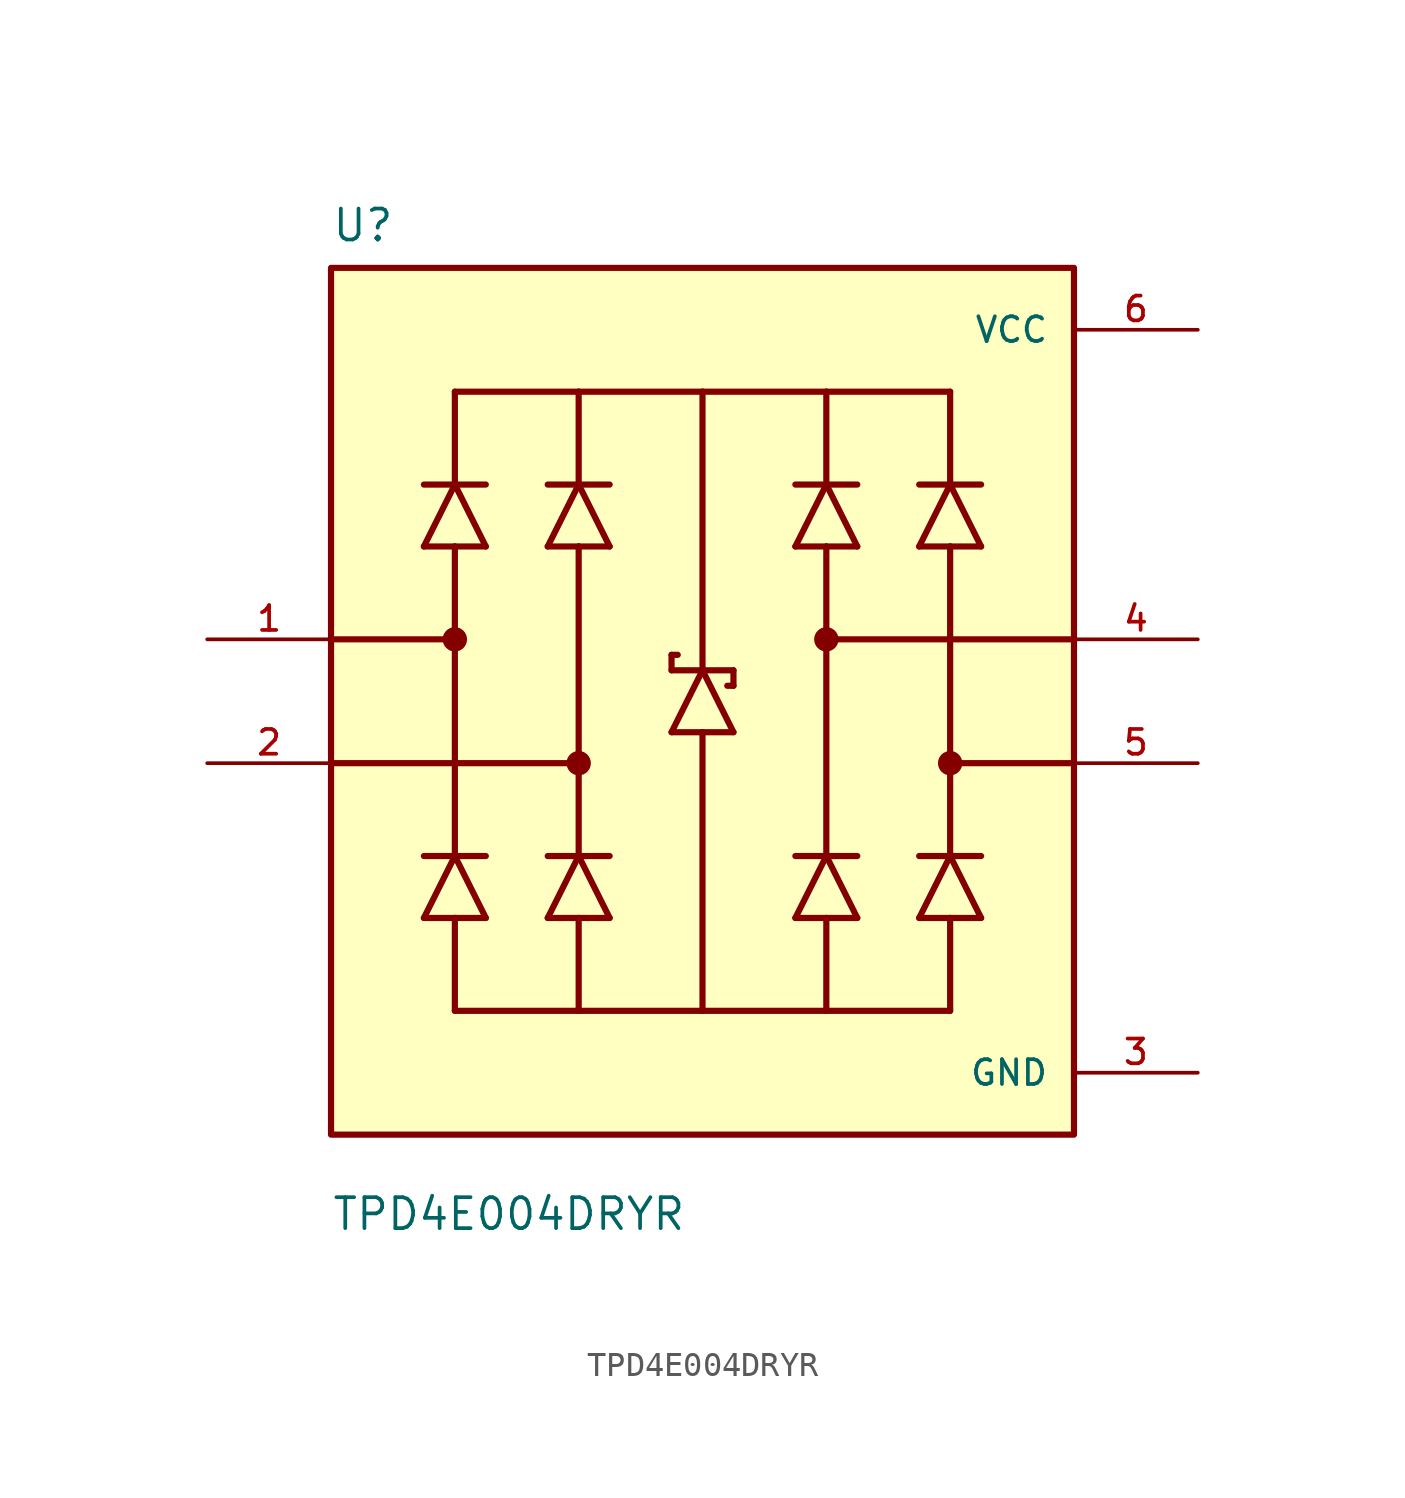
<source format=kicad_sym>
(kicad_symbol_lib
  (version 20211014)
  (generator kicad_symbol_editor)
  (symbol "TPD4E004DRYR"
    (pin_names
      (offset 1.016))
    (property "Reference" "U"
      (at -15.24 18.78 0.0)
      (effects (font (size 1.27 1.27)) (justify bottom left)))
    (property "Value" "TPD4E004DRYR"
      (at -15.24 -21.78 0.0)
      (effects (font (size 1.27 1.27)) (justify bottom left)))
    (symbol "TPD4E004DRYR_0_0"
      (polyline (pts (xy -8.89 6.35) (xy -10.16 8.89)) (stroke (width 0.254)))
      (polyline (pts (xy -10.16 8.89) (xy -11.43 6.35)) (stroke (width 0.254)))
      (polyline (pts (xy -11.43 8.89) (xy -10.16 8.89)) (stroke (width 0.254)))
      (polyline (pts (xy -11.43 6.35) (xy -10.16 6.35)) (stroke (width 0.254)))
      (polyline (pts (xy -10.16 6.35) (xy -8.89 6.35)) (stroke (width 0.254)))
      (polyline (pts (xy -10.16 8.89) (xy -8.89 8.89)) (stroke (width 0.254)))
      (polyline (pts (xy -8.89 -8.89) (xy -10.16 -6.35)) (stroke (width 0.254)))
      (polyline (pts (xy -10.16 -6.35) (xy -11.43 -8.89)) (stroke (width 0.254)))
      (polyline (pts (xy -11.43 -6.35) (xy -10.16 -6.35)) (stroke (width 0.254)))
      (polyline (pts (xy -11.43 -8.89) (xy -10.16 -8.89)) (stroke (width 0.254)))
      (polyline (pts (xy -10.16 -8.89) (xy -8.89 -8.89)) (stroke (width 0.254)))
      (polyline (pts (xy -10.16 -6.35) (xy -8.89 -6.35)) (stroke (width 0.254)))
      (polyline (pts (xy -3.81 6.35) (xy -5.08 8.89)) (stroke (width 0.254)))
      (polyline (pts (xy -5.08 8.89) (xy -6.35 6.35)) (stroke (width 0.254)))
      (polyline (pts (xy -6.35 8.89) (xy -5.08 8.89)) (stroke (width 0.254)))
      (polyline (pts (xy -6.35 6.35) (xy -5.08 6.35)) (stroke (width 0.254)))
      (polyline (pts (xy -5.08 6.35) (xy -3.81 6.35)) (stroke (width 0.254)))
      (polyline (pts (xy -5.08 8.89) (xy -3.81 8.89)) (stroke (width 0.254)))
      (polyline (pts (xy -3.81 -8.89) (xy -5.08 -6.35)) (stroke (width 0.254)))
      (polyline (pts (xy -5.08 -6.35) (xy -6.35 -8.89)) (stroke (width 0.254)))
      (polyline (pts (xy -6.35 -6.35) (xy -5.08 -6.35)) (stroke (width 0.254)))
      (polyline (pts (xy -6.35 -8.89) (xy -5.08 -8.89)) (stroke (width 0.254)))
      (polyline (pts (xy -5.08 -8.89) (xy -3.81 -8.89)) (stroke (width 0.254)))
      (polyline (pts (xy -5.08 -6.35) (xy -3.81 -6.35)) (stroke (width 0.254)))
      (polyline (pts (xy 6.35 6.35) (xy 5.08 8.89)) (stroke (width 0.254)))
      (polyline (pts (xy 5.08 8.89) (xy 3.81 6.35)) (stroke (width 0.254)))
      (polyline (pts (xy 3.81 8.89) (xy 5.08 8.89)) (stroke (width 0.254)))
      (polyline (pts (xy 3.81 6.35) (xy 5.08 6.35)) (stroke (width 0.254)))
      (polyline (pts (xy 5.08 6.35) (xy 6.35 6.35)) (stroke (width 0.254)))
      (polyline (pts (xy 5.08 8.89) (xy 6.35 8.89)) (stroke (width 0.254)))
      (polyline (pts (xy 6.35 -8.89) (xy 5.08 -6.35)) (stroke (width 0.254)))
      (polyline (pts (xy 5.08 -6.35) (xy 3.81 -8.89)) (stroke (width 0.254)))
      (polyline (pts (xy 3.81 -6.35) (xy 5.08 -6.35)) (stroke (width 0.254)))
      (polyline (pts (xy 3.81 -8.89) (xy 5.08 -8.89)) (stroke (width 0.254)))
      (polyline (pts (xy 5.08 -8.89) (xy 6.35 -8.89)) (stroke (width 0.254)))
      (polyline (pts (xy 5.08 -6.35) (xy 6.35 -6.35)) (stroke (width 0.254)))
      (polyline (pts (xy 11.43 6.35) (xy 10.16 8.89)) (stroke (width 0.254)))
      (polyline (pts (xy 10.16 8.89) (xy 8.89 6.35)) (stroke (width 0.254)))
      (polyline (pts (xy 8.89 8.89) (xy 10.16 8.89)) (stroke (width 0.254)))
      (polyline (pts (xy 8.89 6.35) (xy 10.16 6.35)) (stroke (width 0.254)))
      (polyline (pts (xy 10.16 6.35) (xy 11.43 6.35)) (stroke (width 0.254)))
      (polyline (pts (xy 10.16 8.89) (xy 11.43 8.89)) (stroke (width 0.254)))
      (polyline (pts (xy 11.43 -8.89) (xy 10.16 -6.35)) (stroke (width 0.254)))
      (polyline (pts (xy 10.16 -6.35) (xy 8.89 -8.89)) (stroke (width 0.254)))
      (polyline (pts (xy 8.89 -6.35) (xy 10.16 -6.35)) (stroke (width 0.254)))
      (polyline (pts (xy 8.89 -8.89) (xy 10.16 -8.89)) (stroke (width 0.254)))
      (polyline (pts (xy 10.16 -8.89) (xy 11.43 -8.89)) (stroke (width 0.254)))
      (polyline (pts (xy 10.16 -6.35) (xy 11.43 -6.35)) (stroke (width 0.254)))
      (polyline (pts (xy -10.16 8.89) (xy -10.16 12.7)) (stroke (width 0.254)))
      (polyline (pts (xy -10.16 12.7) (xy -5.08 12.7)) (stroke (width 0.254)))
      (polyline (pts (xy -5.08 12.7) (xy -5.08 8.89)) (stroke (width 0.254)))
      (polyline (pts (xy -5.08 12.7) (xy 0.0 12.7)) (stroke (width 0.254)))
      (polyline (pts (xy 0.0 12.7) (xy 5.08 12.7)) (stroke (width 0.254)))
      (polyline (pts (xy 5.08 12.7) (xy 10.16 12.7)) (stroke (width 0.254)))
      (polyline (pts (xy 10.16 12.7) (xy 10.16 8.89)) (stroke (width 0.254)))
      (polyline (pts (xy 5.08 8.89) (xy 5.08 12.7)) (stroke (width 0.254)))
      (polyline (pts (xy -10.16 -8.89) (xy -10.16 -12.7)) (stroke (width 0.254)))
      (polyline (pts (xy -10.16 -12.7) (xy -5.08 -12.7)) (stroke (width 0.254)))
      (polyline (pts (xy -5.08 -12.7) (xy 0.0 -12.7)) (stroke (width 0.254)))
      (polyline (pts (xy 0.0 -12.7) (xy 5.08 -12.7)) (stroke (width 0.254)))
      (polyline (pts (xy 5.08 -12.7) (xy 10.16 -12.7)) (stroke (width 0.254)))
      (polyline (pts (xy 10.16 -12.7) (xy 10.16 -8.89)) (stroke (width 0.254)))
      (polyline (pts (xy 5.08 -8.89) (xy 5.08 -12.7)) (stroke (width 0.254)))
      (polyline (pts (xy -5.08 -8.89) (xy -5.08 -12.7)) (stroke (width 0.254)))
      (polyline (pts (xy 0.0 -1.27) (xy 0.0 -12.7)) (stroke (width 0.254)))
      (polyline (pts (xy -10.16 6.35) (xy -10.16 2.54)) (stroke (width 0.254)))
      (polyline (pts (xy -10.16 2.54) (xy -10.16 -6.35)) (stroke (width 0.254)))
      (polyline (pts (xy -5.08 6.35) (xy -5.08 -2.54)) (stroke (width 0.254)))
      (polyline (pts (xy -5.08 -2.54) (xy -5.08 -6.35)) (stroke (width 0.254)))
      (polyline (pts (xy 5.08 6.35) (xy 5.08 2.54)) (stroke (width 0.254)))
      (polyline (pts (xy 5.08 2.54) (xy 5.08 -6.35)) (stroke (width 0.254)))
      (polyline (pts (xy 10.16 6.35) (xy 10.16 -2.54)) (stroke (width 0.254)))
      (polyline (pts (xy 10.16 -2.54) (xy 10.16 -6.35)) (stroke (width 0.254)))
      (polyline (pts (xy 1.27 -1.27) (xy 0.0 1.27)) (stroke (width 0.254)))
      (polyline (pts (xy 0.0 1.27) (xy -1.27 -1.27)) (stroke (width 0.254)))
      (polyline (pts (xy -1.27 1.905) (xy -1.27 1.27)) (stroke (width 0.254)))
      (polyline (pts (xy -1.27 1.27) (xy 0.0 1.27)) (stroke (width 0.254)))
      (polyline (pts (xy -1.27 -1.27) (xy 0.0 -1.27)) (stroke (width 0.254)))
      (polyline (pts (xy 0.0 -1.27) (xy 1.27 -1.27)) (stroke (width 0.254)))
      (polyline (pts (xy 0.0 1.27) (xy 1.27 1.27)) (stroke (width 0.254)))
      (polyline (pts (xy -1.27 1.905) (xy -1.016 1.905)) (stroke (width 0.254)))
      (polyline (pts (xy 1.27 1.27) (xy 1.27 0.635)) (stroke (width 0.254)))
      (polyline (pts (xy 1.016 0.635) (xy 1.27 0.635)) (stroke (width 0.254)))
      (polyline (pts (xy 0.0 12.7) (xy 0.0 1.27)) (stroke (width 0.254)))
      (polyline (pts (xy -10.16 2.54) (xy -15.24 2.54)) (stroke (width 0.254)))
      (polyline (pts (xy -5.08 -2.54) (xy -15.24 -2.54)) (stroke (width 0.254)))
      (polyline (pts (xy 5.08 2.54) (xy 15.24 2.54)) (stroke (width 0.254)))
      (polyline (pts (xy 10.16 -2.54) (xy 15.24 -2.54)) (stroke (width 0.254)))
      (circle (center -10.16 2.54) (radius 0.25) (stroke (width 0.5)) (fill (type none)))
      (circle (center -5.08 -2.54) (radius 0.25) (stroke (width 0.5)) (fill (type none)))
      (circle (center 5.08 2.54) (radius 0.25) (stroke (width 0.5)) (fill (type none)))
      (circle (center 10.16 -2.54) (radius 0.25) (stroke (width 0.5)) (fill (type none)))
      (rectangle (start -15.24 -17.78) (end 15.24 17.78) (stroke (width 0.254)) (fill (type background)))
      (pin bidirectional line (at -20.32 2.54 0) (length 5.08) (name "~" (effects (font (size 1.016 1.016)))) (number "1" (effects (font (size 1.016 1.016)))))
      (pin bidirectional line (at -20.32 -2.54 0) (length 5.08) (name "~" (effects (font (size 1.016 1.016)))) (number "2" (effects (font (size 1.016 1.016)))))
      (pin bidirectional line (at 20.32 2.54 180.0) (length 5.08) (name "~" (effects (font (size 1.016 1.016)))) (number "4" (effects (font (size 1.016 1.016)))))
      (pin bidirectional line (at 20.32 -2.54 180.0) (length 5.08) (name "~" (effects (font (size 1.016 1.016)))) (number "5" (effects (font (size 1.016 1.016)))))
      (pin power_in line (at 20.32 15.24 180.0) (length 5.08) (name "VCC" (effects (font (size 1.016 1.016)))) (number "6" (effects (font (size 1.016 1.016)))))
      (pin power_in line (at 20.32 -15.24 180.0) (length 5.08) (name "GND" (effects (font (size 1.016 1.016)))) (number "3" (effects (font (size 1.016 1.016))))))))
</source>
